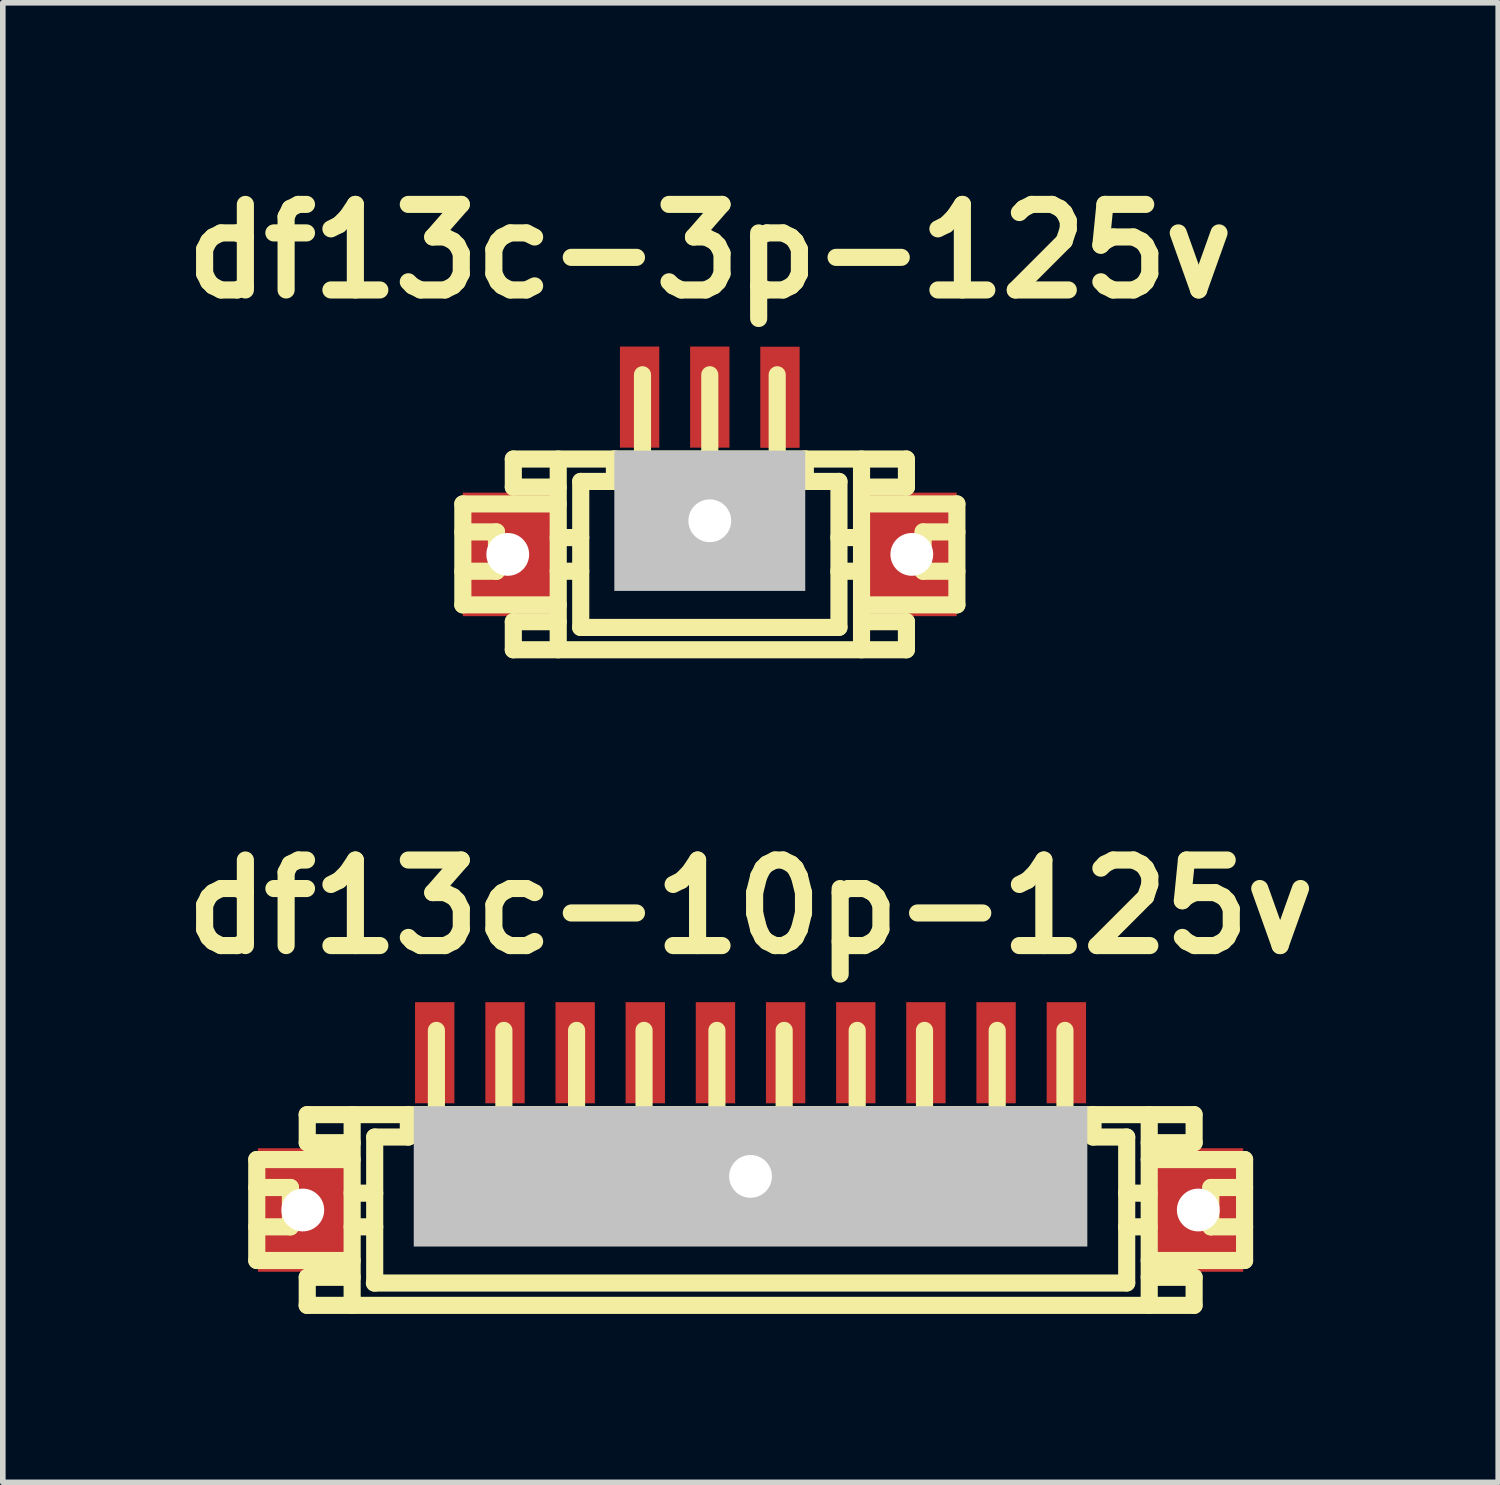
<source format=kicad_pcb>
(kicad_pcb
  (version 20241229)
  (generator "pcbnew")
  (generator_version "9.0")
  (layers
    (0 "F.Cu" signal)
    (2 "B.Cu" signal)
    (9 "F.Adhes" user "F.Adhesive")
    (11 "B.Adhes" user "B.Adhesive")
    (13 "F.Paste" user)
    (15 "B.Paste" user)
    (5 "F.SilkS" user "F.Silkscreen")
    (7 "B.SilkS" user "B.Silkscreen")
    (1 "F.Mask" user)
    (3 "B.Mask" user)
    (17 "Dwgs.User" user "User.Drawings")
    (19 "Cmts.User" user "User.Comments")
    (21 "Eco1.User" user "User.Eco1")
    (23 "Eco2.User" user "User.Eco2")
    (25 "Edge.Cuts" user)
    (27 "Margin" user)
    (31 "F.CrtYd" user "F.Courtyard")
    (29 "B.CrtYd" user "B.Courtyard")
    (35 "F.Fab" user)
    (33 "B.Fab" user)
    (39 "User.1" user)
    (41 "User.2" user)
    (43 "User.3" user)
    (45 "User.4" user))
  (footprint "df13c-3p-125v"
    (layer "F.Cu")
    (at 9.594 6.026)
    (property "Reference" "df13c-3p-125v" (at 0 -4.6 0) (layer "F.SilkS") (effects (font (size 1.524 1.524) (thickness 0.305))))
    (attr through_hole)
    (fp_line (start -4.399 -0.099) (end -2.7 -0.099) (stroke (width 0.305) (type solid)) (layer "F.SilkS"))
    (fp_line (start -4.399 0.399) (end -3.8 0.399) (stroke (width 0.305) (type solid)) (layer "F.SilkS"))
    (fp_line (start -4.399 1.699) (end -4.399 -0.099) (stroke (width 0.305) (type solid)) (layer "F.SilkS"))
    (fp_line (start -4.399 1.699) (end -2.7 1.699) (stroke (width 0.305) (type solid)) (layer "F.SilkS"))
    (fp_line (start -3.8 0.399) (end -3.8 1.1) (stroke (width 0.305) (type solid)) (layer "F.SilkS"))
    (fp_line (start -3.8 1.1) (end -4.399 1.1) (stroke (width 0.305) (type solid)) (layer "F.SilkS"))
    (fp_line (start -3.5 -0.899) (end 3.5 -0.899) (stroke (width 0.305) (type solid)) (layer "F.SilkS"))
    (fp_line (start -3.5 -0.399) (end -3.5 -0.899) (stroke (width 0.305) (type solid)) (layer "F.SilkS"))
    (fp_line (start -3.5 2.499) (end -3.5 1.999) (stroke (width 0.305) (type solid)) (layer "F.SilkS"))
    (fp_line (start -3.5 2.499) (end 3.5 2.499) (stroke (width 0.305) (type solid)) (layer "F.SilkS"))
    (fp_line (start -2.7 -0.899) (end -2.7 2.499) (stroke (width 0.305) (type solid)) (layer "F.SilkS"))
    (fp_line (start -2.7 -0.399) (end -3.5 -0.399) (stroke (width 0.305) (type solid)) (layer "F.SilkS"))
    (fp_line (start -2.7 0.5) (end -2.299 0.5) (stroke (width 0.305) (type solid)) (layer "F.SilkS"))
    (fp_line (start -2.7 1.1) (end -2.299 1.1) (stroke (width 0.305) (type solid)) (layer "F.SilkS"))
    (fp_line (start -2.7 1.999) (end -3.5 1.999) (stroke (width 0.305) (type solid)) (layer "F.SilkS"))
    (fp_line (start -2.299 -0.5) (end -1.699 -0.5) (stroke (width 0.305) (type solid)) (layer "F.SilkS"))
    (fp_line (start -2.299 2.101) (end -2.299 -0.5) (stroke (width 0.305) (type solid)) (layer "F.SilkS"))
    (fp_line (start -1.699 -0.902) (end -1.699 -0.5) (stroke (width 0.305) (type solid)) (layer "F.SilkS"))
    (fp_line (start -1.3 0.998) (end -1.3 1.199) (stroke (width 0.305) (type solid)) (layer "F.SilkS"))
    (fp_line (start -1.3 1.199) (end -1.1 1.199) (stroke (width 0.305) (type solid)) (layer "F.SilkS"))
    (fp_line (start -1.199 -0.902) (end -1.199 -2.4) (stroke (width 0.305) (type solid)) (layer "F.SilkS"))
    (fp_line (start -1.1 0.998) (end -1.3 0.998) (stroke (width 0.305) (type solid)) (layer "F.SilkS"))
    (fp_line (start -1.1 1.199) (end -1.1 0.998) (stroke (width 0.305) (type solid)) (layer "F.SilkS"))
    (fp_line (start -0.099 1.001) (end 0.099 1.001) (stroke (width 0.305) (type solid)) (layer "F.SilkS"))
    (fp_line (start -0.099 1.199) (end -0.099 1.001) (stroke (width 0.305) (type solid)) (layer "F.SilkS"))
    (fp_line (start 0 -0.899) (end 0 -2.4) (stroke (width 0.305) (type solid)) (layer "F.SilkS"))
    (fp_line (start 0.099 1.001) (end 0.099 1.199) (stroke (width 0.305) (type solid)) (layer "F.SilkS"))
    (fp_line (start 0.099 1.199) (end -0.099 1.199) (stroke (width 0.305) (type solid)) (layer "F.SilkS"))
    (fp_line (start 1.102 0.998) (end 1.303 0.998) (stroke (width 0.305) (type solid)) (layer "F.SilkS"))
    (fp_line (start 1.102 1.199) (end 1.102 0.998) (stroke (width 0.305) (type solid)) (layer "F.SilkS"))
    (fp_line (start 1.201 -0.902) (end 1.201 -2.4) (stroke (width 0.305) (type solid)) (layer "F.SilkS"))
    (fp_line (start 1.303 0.998) (end 1.303 1.199) (stroke (width 0.305) (type solid)) (layer "F.SilkS"))
    (fp_line (start 1.303 1.199) (end 1.102 1.199) (stroke (width 0.305) (type solid)) (layer "F.SilkS"))
    (fp_line (start 1.702 -0.5) (end 1.702 -0.902) (stroke (width 0.305) (type solid)) (layer "F.SilkS"))
    (fp_line (start 2.299 1.1) (end 2.7 1.1) (stroke (width 0.305) (type solid)) (layer "F.SilkS"))
    (fp_line (start 2.301 -0.5) (end 1.702 -0.5) (stroke (width 0.305) (type solid)) (layer "F.SilkS"))
    (fp_line (start 2.301 2.098) (end 2.301 -0.5) (stroke (width 0.305) (type solid)) (layer "F.SilkS"))
    (fp_line (start 2.301 2.101) (end -2.301 2.101) (stroke (width 0.305) (type solid)) (layer "F.SilkS"))
    (fp_line (start 2.7 0.5) (end 2.299 0.5) (stroke (width 0.305) (type solid)) (layer "F.SilkS"))
    (fp_line (start 2.703 -0.899) (end 2.703 2.499) (stroke (width 0.305) (type solid)) (layer "F.SilkS"))
    (fp_line (start 3.503 -0.399) (end 2.703 -0.399) (stroke (width 0.305) (type solid)) (layer "F.SilkS"))
    (fp_line (start 3.503 -0.399) (end 3.503 -0.899) (stroke (width 0.305) (type solid)) (layer "F.SilkS"))
    (fp_line (start 3.503 1.999) (end 2.703 1.999) (stroke (width 0.305) (type solid)) (layer "F.SilkS"))
    (fp_line (start 3.503 2.499) (end 3.503 1.999) (stroke (width 0.305) (type solid)) (layer "F.SilkS"))
    (fp_line (start 3.8 0.399) (end 3.8 1.1) (stroke (width 0.305) (type solid)) (layer "F.SilkS"))
    (fp_line (start 3.802 0.399) (end 4.402 0.399) (stroke (width 0.305) (type solid)) (layer "F.SilkS"))
    (fp_line (start 3.802 1.1) (end 4.402 1.1) (stroke (width 0.305) (type solid)) (layer "F.SilkS"))
    (fp_line (start 4.402 -0.099) (end 2.703 -0.099) (stroke (width 0.305) (type solid)) (layer "F.SilkS"))
    (fp_line (start 4.402 -0.099) (end 4.402 1.699) (stroke (width 0.305) (type solid)) (layer "F.SilkS"))
    (fp_line (start 4.402 1.699) (end 2.703 1.699) (stroke (width 0.305) (type solid)) (layer "F.SilkS"))
    (pad "" np_thru_hole rect (at -3.599 0.8) (size 1.6 2.2) (drill 0.762) (layers "F.Cu" "F.Mask" "F.Paste"))
    (pad "" np_thru_hole rect (at 0 0.201) (size 3.401 2.499) (drill 0.762) (layers "Dwgs.User"))
    (pad "" np_thru_hole rect (at 3.599 0.8) (size 1.6 2.2) (drill 0.762) (layers "F.Cu" "F.Mask" "F.Paste"))
    (pad "1" smd rect (at -1.25 -2.002) (size 0.701 1.801) (layers "F.Cu" "F.Mask" "F.Paste"))
    (pad "2" smd rect (at 0 -2.002) (size 0.701 1.801) (layers "F.Cu" "F.Mask" "F.Paste"))
    (pad "3" smd rect (at 1.25 -1.999) (size 0.701 1.801) (layers "F.Cu" "F.Mask" "F.Paste")))
  (footprint "df13c-10p-125v"
    (layer "F.Cu")
    (at 10.32 17.705)
    (property "Reference" "df13c-10p-125v" (at 0 -4.6 0) (layer "F.SilkS") (effects (font (size 1.524 1.524) (thickness 0.305))))
    (attr through_hole)
    (fp_line (start -8.796 -0.099) (end -7.097 -0.099) (stroke (width 0.305) (type solid)) (layer "F.SilkS"))
    (fp_line (start -8.796 0.399) (end -8.197 0.399) (stroke (width 0.305) (type solid)) (layer "F.SilkS"))
    (fp_line (start -8.796 1.699) (end -8.796 -0.099) (stroke (width 0.305) (type solid)) (layer "F.SilkS"))
    (fp_line (start -8.796 1.699) (end -7.097 1.699) (stroke (width 0.305) (type solid)) (layer "F.SilkS"))
    (fp_line (start -8.197 0.399) (end -8.197 1.1) (stroke (width 0.305) (type solid)) (layer "F.SilkS"))
    (fp_line (start -8.197 1.1) (end -8.796 1.1) (stroke (width 0.305) (type solid)) (layer "F.SilkS"))
    (fp_line (start -7.899 -0.899) (end 7.899 -0.899) (stroke (width 0.305) (type solid)) (layer "F.SilkS"))
    (fp_line (start -7.899 2.499) (end 7.899 2.499) (stroke (width 0.305) (type solid)) (layer "F.SilkS"))
    (fp_line (start -7.897 -0.399) (end -7.897 -0.899) (stroke (width 0.305) (type solid)) (layer "F.SilkS"))
    (fp_line (start -7.897 2.499) (end -7.897 1.999) (stroke (width 0.305) (type solid)) (layer "F.SilkS"))
    (fp_line (start -7.097 -0.899) (end -7.097 2.499) (stroke (width 0.305) (type solid)) (layer "F.SilkS"))
    (fp_line (start -7.097 -0.399) (end -7.897 -0.399) (stroke (width 0.305) (type solid)) (layer "F.SilkS"))
    (fp_line (start -7.097 0.5) (end -6.695 0.5) (stroke (width 0.305) (type solid)) (layer "F.SilkS"))
    (fp_line (start -7.097 1.1) (end -6.695 1.1) (stroke (width 0.305) (type solid)) (layer "F.SilkS"))
    (fp_line (start -7.097 1.999) (end -7.897 1.999) (stroke (width 0.305) (type solid)) (layer "F.SilkS"))
    (fp_line (start -6.695 -0.5) (end -6.096 -0.5) (stroke (width 0.305) (type solid)) (layer "F.SilkS"))
    (fp_line (start -6.695 2.101) (end -6.695 -0.5) (stroke (width 0.305) (type solid)) (layer "F.SilkS"))
    (fp_line (start -6.096 -0.902) (end -6.096 -0.5) (stroke (width 0.305) (type solid)) (layer "F.SilkS"))
    (fp_line (start -5.697 0.998) (end -5.697 1.199) (stroke (width 0.305) (type solid)) (layer "F.SilkS"))
    (fp_line (start -5.697 1.199) (end -5.497 1.199) (stroke (width 0.305) (type solid)) (layer "F.SilkS"))
    (fp_line (start -5.596 -0.902) (end -5.596 -2.4) (stroke (width 0.305) (type solid)) (layer "F.SilkS"))
    (fp_line (start -5.497 0.998) (end -5.697 0.998) (stroke (width 0.305) (type solid)) (layer "F.SilkS"))
    (fp_line (start -5.497 1.199) (end -5.497 0.998) (stroke (width 0.305) (type solid)) (layer "F.SilkS"))
    (fp_line (start -4.501 1.001) (end -4.303 1.001) (stroke (width 0.305) (type solid)) (layer "F.SilkS"))
    (fp_line (start -4.501 1.199) (end -4.501 1.001) (stroke (width 0.305) (type solid)) (layer "F.SilkS"))
    (fp_line (start -4.394 -0.899) (end -4.394 -2.4) (stroke (width 0.305) (type solid)) (layer "F.SilkS"))
    (fp_line (start -4.303 1.001) (end -4.303 1.199) (stroke (width 0.305) (type solid)) (layer "F.SilkS"))
    (fp_line (start -4.303 1.199) (end -4.501 1.199) (stroke (width 0.305) (type solid)) (layer "F.SilkS"))
    (fp_line (start -3.198 1.001) (end -3 1.001) (stroke (width 0.305) (type solid)) (layer "F.SilkS"))
    (fp_line (start -3.198 1.199) (end -3.198 1.001) (stroke (width 0.305) (type solid)) (layer "F.SilkS"))
    (fp_line (start -3.099 -2.4) (end -3.099 -0.899) (stroke (width 0.305) (type solid)) (layer "F.SilkS"))
    (fp_line (start -3 1.001) (end -3 1.199) (stroke (width 0.305) (type solid)) (layer "F.SilkS"))
    (fp_line (start -3 1.199) (end -3.198 1.199) (stroke (width 0.305) (type solid)) (layer "F.SilkS"))
    (fp_line (start -1.999 1.001) (end -1.801 1.001) (stroke (width 0.305) (type solid)) (layer "F.SilkS"))
    (fp_line (start -1.999 1.199) (end -1.999 1.001) (stroke (width 0.305) (type solid)) (layer "F.SilkS"))
    (fp_line (start -1.897 -0.899) (end -1.897 -2.4) (stroke (width 0.305) (type solid)) (layer "F.SilkS"))
    (fp_line (start -1.801 1.001) (end -1.801 1.199) (stroke (width 0.305) (type solid)) (layer "F.SilkS"))
    (fp_line (start -1.801 1.199) (end -1.999 1.199) (stroke (width 0.305) (type solid)) (layer "F.SilkS"))
    (fp_line (start -0.699 1.001) (end -0.5 1.001) (stroke (width 0.305) (type solid)) (layer "F.SilkS"))
    (fp_line (start -0.699 1.199) (end -0.699 1.001) (stroke (width 0.305) (type solid)) (layer "F.SilkS"))
    (fp_line (start -0.599 -0.899) (end -0.599 -2.4) (stroke (width 0.305) (type solid)) (layer "F.SilkS"))
    (fp_line (start -0.5 1.001) (end -0.5 1.199) (stroke (width 0.305) (type solid)) (layer "F.SilkS"))
    (fp_line (start -0.5 1.199) (end -0.699 1.199) (stroke (width 0.305) (type solid)) (layer "F.SilkS"))
    (fp_line (start 0.503 1.001) (end 0.701 1.001) (stroke (width 0.305) (type solid)) (layer "F.SilkS"))
    (fp_line (start 0.503 1.199) (end 0.503 1.001) (stroke (width 0.305) (type solid)) (layer "F.SilkS"))
    (fp_line (start 0.599 -2.4) (end 0.599 -0.899) (stroke (width 0.305) (type solid)) (layer "F.SilkS"))
    (fp_line (start 0.701 1.001) (end 0.701 1.199) (stroke (width 0.305) (type solid)) (layer "F.SilkS"))
    (fp_line (start 0.701 1.199) (end 0.503 1.199) (stroke (width 0.305) (type solid)) (layer "F.SilkS"))
    (fp_line (start 1.798 1.001) (end 1.999 1.001) (stroke (width 0.305) (type solid)) (layer "F.SilkS"))
    (fp_line (start 1.798 1.199) (end 1.798 1.001) (stroke (width 0.305) (type solid)) (layer "F.SilkS"))
    (fp_line (start 1.9 -2.4) (end 1.9 -0.899) (stroke (width 0.305) (type solid)) (layer "F.SilkS"))
    (fp_line (start 1.999 1.001) (end 1.999 1.199) (stroke (width 0.305) (type solid)) (layer "F.SilkS"))
    (fp_line (start 1.999 1.199) (end 1.798 1.199) (stroke (width 0.305) (type solid)) (layer "F.SilkS"))
    (fp_line (start 2.997 1.001) (end 3.195 1.001) (stroke (width 0.305) (type solid)) (layer "F.SilkS"))
    (fp_line (start 2.997 1.199) (end 2.997 1.001) (stroke (width 0.305) (type solid)) (layer "F.SilkS"))
    (fp_line (start 3.099 -0.899) (end 3.099 -2.4) (stroke (width 0.305) (type solid)) (layer "F.SilkS"))
    (fp_line (start 3.195 1.001) (end 3.195 1.199) (stroke (width 0.305) (type solid)) (layer "F.SilkS"))
    (fp_line (start 3.195 1.199) (end 2.997 1.199) (stroke (width 0.305) (type solid)) (layer "F.SilkS"))
    (fp_line (start 4.3 0.998) (end 4.501 0.998) (stroke (width 0.305) (type solid)) (layer "F.SilkS"))
    (fp_line (start 4.3 1.199) (end 4.3 0.998) (stroke (width 0.305) (type solid)) (layer "F.SilkS"))
    (fp_line (start 4.394 -0.899) (end 4.394 -2.4) (stroke (width 0.305) (type solid)) (layer "F.SilkS"))
    (fp_line (start 4.501 0.998) (end 4.501 1.199) (stroke (width 0.305) (type solid)) (layer "F.SilkS"))
    (fp_line (start 4.501 1.199) (end 4.3 1.199) (stroke (width 0.305) (type solid)) (layer "F.SilkS"))
    (fp_line (start 5.502 1.001) (end 5.702 1.001) (stroke (width 0.305) (type solid)) (layer "F.SilkS"))
    (fp_line (start 5.502 1.199) (end 5.502 1.001) (stroke (width 0.305) (type solid)) (layer "F.SilkS"))
    (fp_line (start 5.601 -0.902) (end 5.601 -2.4) (stroke (width 0.305) (type solid)) (layer "F.SilkS"))
    (fp_line (start 5.702 1.001) (end 5.702 1.199) (stroke (width 0.305) (type solid)) (layer "F.SilkS"))
    (fp_line (start 5.702 1.199) (end 5.502 1.199) (stroke (width 0.305) (type solid)) (layer "F.SilkS"))
    (fp_line (start 6.101 -0.5) (end 6.101 -0.902) (stroke (width 0.305) (type solid)) (layer "F.SilkS"))
    (fp_line (start 6.698 1.1) (end 7.099 1.1) (stroke (width 0.305) (type solid)) (layer "F.SilkS"))
    (fp_line (start 6.701 -0.5) (end 6.101 -0.5) (stroke (width 0.305) (type solid)) (layer "F.SilkS"))
    (fp_line (start 6.701 2.098) (end 6.701 -0.5) (stroke (width 0.305) (type solid)) (layer "F.SilkS"))
    (fp_line (start 6.701 2.101) (end -6.701 2.101) (stroke (width 0.305) (type solid)) (layer "F.SilkS"))
    (fp_line (start 7.099 0.5) (end 6.698 0.5) (stroke (width 0.305) (type solid)) (layer "F.SilkS"))
    (fp_line (start 7.102 -0.899) (end 7.102 2.499) (stroke (width 0.305) (type solid)) (layer "F.SilkS"))
    (fp_line (start 7.902 -0.399) (end 7.102 -0.399) (stroke (width 0.305) (type solid)) (layer "F.SilkS"))
    (fp_line (start 7.902 -0.399) (end 7.902 -0.899) (stroke (width 0.305) (type solid)) (layer "F.SilkS"))
    (fp_line (start 7.902 1.999) (end 7.102 1.999) (stroke (width 0.305) (type solid)) (layer "F.SilkS"))
    (fp_line (start 7.902 2.499) (end 7.902 1.999) (stroke (width 0.305) (type solid)) (layer "F.SilkS"))
    (fp_line (start 8.199 0.399) (end 8.199 1.1) (stroke (width 0.305) (type solid)) (layer "F.SilkS"))
    (fp_line (start 8.202 0.399) (end 8.801 0.399) (stroke (width 0.305) (type solid)) (layer "F.SilkS"))
    (fp_line (start 8.202 1.1) (end 8.801 1.1) (stroke (width 0.305) (type solid)) (layer "F.SilkS"))
    (fp_line (start 8.801 -0.099) (end 7.102 -0.099) (stroke (width 0.305) (type solid)) (layer "F.SilkS"))
    (fp_line (start 8.801 -0.099) (end 8.801 1.699) (stroke (width 0.305) (type solid)) (layer "F.SilkS"))
    (fp_line (start 8.801 1.699) (end 7.102 1.699) (stroke (width 0.305) (type solid)) (layer "F.SilkS"))
    (pad "" np_thru_hole rect (at -7.976 0.8) (size 1.6 2.2) (drill 0.762) (layers "F.Cu" "F.Mask" "F.Paste"))
    (pad "" np_thru_hole rect (at 0 0.201) (size 11.999 2.499) (drill 0.762) (layers "Dwgs.User"))
    (pad "" np_thru_hole rect (at 7.976 0.8) (size 1.6 2.2) (drill 0.762) (layers "F.Cu" "F.Mask" "F.Paste"))
    (pad "1" smd rect (at -5.626 -2.002) (size 0.701 1.801) (layers "F.Cu" "F.Mask" "F.Paste"))
    (pad "2" smd rect (at -4.374 -2.002) (size 0.701 1.801) (layers "F.Cu" "F.Mask" "F.Paste"))
    (pad "3" smd rect (at -3.124 -2.002) (size 0.701 1.801) (layers "F.Cu" "F.Mask" "F.Paste"))
    (pad "4" smd rect (at -1.875 -2.002) (size 0.701 1.801) (layers "F.Cu" "F.Mask" "F.Paste"))
    (pad "5" smd rect (at -0.625 -2.002) (size 0.701 1.801) (layers "F.Cu" "F.Mask" "F.Paste"))
    (pad "6" smd rect (at 0.625 -2.002) (size 0.701 1.801) (layers "F.Cu" "F.Mask" "F.Paste"))
    (pad "7" smd rect (at 1.875 -2.002) (size 0.701 1.801) (layers "F.Cu" "F.Mask" "F.Paste"))
    (pad "8" smd rect (at 3.124 -2.002) (size 0.701 1.801) (layers "F.Cu" "F.Mask" "F.Paste"))
    (pad "9" smd rect (at 4.374 -2.002) (size 0.701 1.801) (layers "F.Cu" "F.Mask" "F.Paste"))
    (pad "10" smd rect (at 5.626 -2.002) (size 0.701 1.801) (layers "F.Cu" "F.Mask" "F.Paste")))
  (gr_rect
    (start -3 -3)
    (end 23.639 23.356)
    (stroke (width 0.1) (type default))
    (fill no)
    (layer "Edge.Cuts")))
</source>
